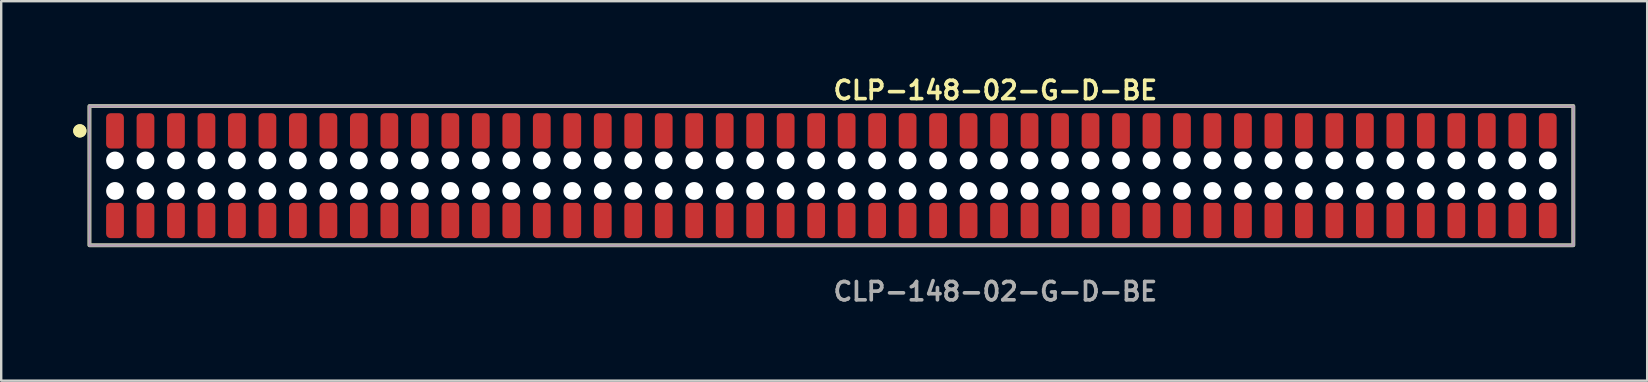
<source format=kicad_pcb>
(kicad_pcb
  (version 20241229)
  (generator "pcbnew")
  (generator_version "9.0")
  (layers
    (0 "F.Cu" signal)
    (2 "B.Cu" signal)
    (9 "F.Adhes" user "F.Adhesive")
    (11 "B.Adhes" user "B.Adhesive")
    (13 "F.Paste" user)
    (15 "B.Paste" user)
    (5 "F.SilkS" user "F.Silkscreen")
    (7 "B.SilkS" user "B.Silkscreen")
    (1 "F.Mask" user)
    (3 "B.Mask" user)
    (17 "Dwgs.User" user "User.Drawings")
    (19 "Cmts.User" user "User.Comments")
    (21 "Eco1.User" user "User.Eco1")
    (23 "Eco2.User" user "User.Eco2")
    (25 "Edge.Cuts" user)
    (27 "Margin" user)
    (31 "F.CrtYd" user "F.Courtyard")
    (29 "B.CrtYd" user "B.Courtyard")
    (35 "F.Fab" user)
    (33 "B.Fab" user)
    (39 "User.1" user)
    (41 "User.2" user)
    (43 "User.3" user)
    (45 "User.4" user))
  (footprint "CLP-148-02-G-D-BE"
    (layer "F.Cu")
    (at 31.586 4.269)
    (property "Reference" "CLP-148-02-G-D-BE" (at 0 -3.556 0) (unlocked yes) (layer "F.SilkS") (effects (font (size 0.762 0.762) (thickness 0.152)) (justify left)))
    (fp_rect (start -30.91 2.9) (end 30.91 -2.9) (stroke (width 0.152) (type solid)) (fill no) (layer "F.SilkS"))
    (fp_circle (center -31.31 -1.867) (end -31.51 -1.867) (stroke (width 0.152) (type solid)) (fill yes) (layer "F.SilkS"))
    (fp_circle (center -31.31 -1.867) (end -31.51 -1.867) (stroke (width 0.152) (type solid)) (fill yes) (layer "F.SilkS"))
    (fp_rect (start -30.91 2.9) (end 30.91 -2.9) (stroke (width 0.006) (type solid)) (fill no) (layer "F.CrtYd"))
    (fp_rect (start -30.91 2.9) (end 30.91 -2.9) (stroke (width 0.152) (type solid)) (fill no) (layer "F.Fab"))
    (fp_text user "${REFERENCE}" (at 0 4.826 0) (unlocked yes) (layer "F.Fab") (effects (font (size 0.762 0.762) (thickness 0.152)) (justify left)))
    (pad "" np_thru_hole circle (at -29.845 -0.635) (size 0.74 0.74) (drill 0.74) (layers "*.Cu" "*.Mask"))
    (pad "" np_thru_hole circle (at -29.845 0.635) (size 0.74 0.74) (drill 0.74) (layers "*.Cu" "*.Mask"))
    (pad "" np_thru_hole circle (at -28.575 -0.635) (size 0.74 0.74) (drill 0.74) (layers "*.Cu" "*.Mask"))
    (pad "" np_thru_hole circle (at -28.575 0.635) (size 0.74 0.74) (drill 0.74) (layers "*.Cu" "*.Mask"))
    (pad "" np_thru_hole circle (at -27.305 -0.635) (size 0.74 0.74) (drill 0.74) (layers "*.Cu" "*.Mask"))
    (pad "" np_thru_hole circle (at -27.305 0.635) (size 0.74 0.74) (drill 0.74) (layers "*.Cu" "*.Mask"))
    (pad "" np_thru_hole circle (at -26.035 -0.635) (size 0.74 0.74) (drill 0.74) (layers "*.Cu" "*.Mask"))
    (pad "" np_thru_hole circle (at -26.035 0.635) (size 0.74 0.74) (drill 0.74) (layers "*.Cu" "*.Mask"))
    (pad "" np_thru_hole circle (at -24.765 -0.635) (size 0.74 0.74) (drill 0.74) (layers "*.Cu" "*.Mask"))
    (pad "" np_thru_hole circle (at -24.765 0.635) (size 0.74 0.74) (drill 0.74) (layers "*.Cu" "*.Mask"))
    (pad "" np_thru_hole circle (at -23.495 -0.635) (size 0.74 0.74) (drill 0.74) (layers "*.Cu" "*.Mask"))
    (pad "" np_thru_hole circle (at -23.495 0.635) (size 0.74 0.74) (drill 0.74) (layers "*.Cu" "*.Mask"))
    (pad "" np_thru_hole circle (at -22.225 -0.635) (size 0.74 0.74) (drill 0.74) (layers "*.Cu" "*.Mask"))
    (pad "" np_thru_hole circle (at -22.225 0.635) (size 0.74 0.74) (drill 0.74) (layers "*.Cu" "*.Mask"))
    (pad "" np_thru_hole circle (at -20.955 -0.635) (size 0.74 0.74) (drill 0.74) (layers "*.Cu" "*.Mask"))
    (pad "" np_thru_hole circle (at -20.955 0.635) (size 0.74 0.74) (drill 0.74) (layers "*.Cu" "*.Mask"))
    (pad "" np_thru_hole circle (at -19.685 -0.635) (size 0.74 0.74) (drill 0.74) (layers "*.Cu" "*.Mask"))
    (pad "" np_thru_hole circle (at -19.685 0.635) (size 0.74 0.74) (drill 0.74) (layers "*.Cu" "*.Mask"))
    (pad "" np_thru_hole circle (at -18.415 -0.635) (size 0.74 0.74) (drill 0.74) (layers "*.Cu" "*.Mask"))
    (pad "" np_thru_hole circle (at -18.415 0.635) (size 0.74 0.74) (drill 0.74) (layers "*.Cu" "*.Mask"))
    (pad "" np_thru_hole circle (at -17.145 -0.635) (size 0.74 0.74) (drill 0.74) (layers "*.Cu" "*.Mask"))
    (pad "" np_thru_hole circle (at -17.145 0.635) (size 0.74 0.74) (drill 0.74) (layers "*.Cu" "*.Mask"))
    (pad "" np_thru_hole circle (at -15.875 -0.635) (size 0.74 0.74) (drill 0.74) (layers "*.Cu" "*.Mask"))
    (pad "" np_thru_hole circle (at -15.875 0.635) (size 0.74 0.74) (drill 0.74) (layers "*.Cu" "*.Mask"))
    (pad "" np_thru_hole circle (at -14.605 -0.635) (size 0.74 0.74) (drill 0.74) (layers "*.Cu" "*.Mask"))
    (pad "" np_thru_hole circle (at -14.605 0.635) (size 0.74 0.74) (drill 0.74) (layers "*.Cu" "*.Mask"))
    (pad "" np_thru_hole circle (at -13.335 -0.635) (size 0.74 0.74) (drill 0.74) (layers "*.Cu" "*.Mask"))
    (pad "" np_thru_hole circle (at -13.335 0.635) (size 0.74 0.74) (drill 0.74) (layers "*.Cu" "*.Mask"))
    (pad "" np_thru_hole circle (at -12.065 -0.635) (size 0.74 0.74) (drill 0.74) (layers "*.Cu" "*.Mask"))
    (pad "" np_thru_hole circle (at -12.065 0.635) (size 0.74 0.74) (drill 0.74) (layers "*.Cu" "*.Mask"))
    (pad "" np_thru_hole circle (at -10.795 -0.635) (size 0.74 0.74) (drill 0.74) (layers "*.Cu" "*.Mask"))
    (pad "" np_thru_hole circle (at -10.795 0.635) (size 0.74 0.74) (drill 0.74) (layers "*.Cu" "*.Mask"))
    (pad "" np_thru_hole circle (at -9.525 -0.635) (size 0.74 0.74) (drill 0.74) (layers "*.Cu" "*.Mask"))
    (pad "" np_thru_hole circle (at -9.525 0.635) (size 0.74 0.74) (drill 0.74) (layers "*.Cu" "*.Mask"))
    (pad "" np_thru_hole circle (at -8.255 -0.635) (size 0.74 0.74) (drill 0.74) (layers "*.Cu" "*.Mask"))
    (pad "" np_thru_hole circle (at -8.255 0.635) (size 0.74 0.74) (drill 0.74) (layers "*.Cu" "*.Mask"))
    (pad "" np_thru_hole circle (at -6.985 -0.635) (size 0.74 0.74) (drill 0.74) (layers "*.Cu" "*.Mask"))
    (pad "" np_thru_hole circle (at -6.985 0.635) (size 0.74 0.74) (drill 0.74) (layers "*.Cu" "*.Mask"))
    (pad "" np_thru_hole circle (at -5.715 -0.635) (size 0.74 0.74) (drill 0.74) (layers "*.Cu" "*.Mask"))
    (pad "" np_thru_hole circle (at -5.715 0.635) (size 0.74 0.74) (drill 0.74) (layers "*.Cu" "*.Mask"))
    (pad "" np_thru_hole circle (at -4.445 -0.635) (size 0.74 0.74) (drill 0.74) (layers "*.Cu" "*.Mask"))
    (pad "" np_thru_hole circle (at -4.445 0.635) (size 0.74 0.74) (drill 0.74) (layers "*.Cu" "*.Mask"))
    (pad "" np_thru_hole circle (at -3.175 -0.635) (size 0.74 0.74) (drill 0.74) (layers "*.Cu" "*.Mask"))
    (pad "" np_thru_hole circle (at -3.175 0.635) (size 0.74 0.74) (drill 0.74) (layers "*.Cu" "*.Mask"))
    (pad "" np_thru_hole circle (at -1.905 -0.635) (size 0.74 0.74) (drill 0.74) (layers "*.Cu" "*.Mask"))
    (pad "" np_thru_hole circle (at -1.905 0.635) (size 0.74 0.74) (drill 0.74) (layers "*.Cu" "*.Mask"))
    (pad "" np_thru_hole circle (at -0.635 -0.635) (size 0.74 0.74) (drill 0.74) (layers "*.Cu" "*.Mask"))
    (pad "" np_thru_hole circle (at -0.635 0.635) (size 0.74 0.74) (drill 0.74) (layers "*.Cu" "*.Mask"))
    (pad "" np_thru_hole circle (at 0.635 -0.635) (size 0.74 0.74) (drill 0.74) (layers "*.Cu" "*.Mask"))
    (pad "" np_thru_hole circle (at 0.635 0.635) (size 0.74 0.74) (drill 0.74) (layers "*.Cu" "*.Mask"))
    (pad "" np_thru_hole circle (at 1.905 -0.635) (size 0.74 0.74) (drill 0.74) (layers "*.Cu" "*.Mask"))
    (pad "" np_thru_hole circle (at 1.905 0.635) (size 0.74 0.74) (drill 0.74) (layers "*.Cu" "*.Mask"))
    (pad "" np_thru_hole circle (at 3.175 -0.635) (size 0.74 0.74) (drill 0.74) (layers "*.Cu" "*.Mask"))
    (pad "" np_thru_hole circle (at 3.175 0.635) (size 0.74 0.74) (drill 0.74) (layers "*.Cu" "*.Mask"))
    (pad "" np_thru_hole circle (at 4.445 -0.635) (size 0.74 0.74) (drill 0.74) (layers "*.Cu" "*.Mask"))
    (pad "" np_thru_hole circle (at 4.445 0.635) (size 0.74 0.74) (drill 0.74) (layers "*.Cu" "*.Mask"))
    (pad "" np_thru_hole circle (at 5.715 -0.635) (size 0.74 0.74) (drill 0.74) (layers "*.Cu" "*.Mask"))
    (pad "" np_thru_hole circle (at 5.715 0.635) (size 0.74 0.74) (drill 0.74) (layers "*.Cu" "*.Mask"))
    (pad "" np_thru_hole circle (at 6.985 -0.635) (size 0.74 0.74) (drill 0.74) (layers "*.Cu" "*.Mask"))
    (pad "" np_thru_hole circle (at 6.985 0.635) (size 0.74 0.74) (drill 0.74) (layers "*.Cu" "*.Mask"))
    (pad "" np_thru_hole circle (at 8.255 -0.635) (size 0.74 0.74) (drill 0.74) (layers "*.Cu" "*.Mask"))
    (pad "" np_thru_hole circle (at 8.255 0.635) (size 0.74 0.74) (drill 0.74) (layers "*.Cu" "*.Mask"))
    (pad "" np_thru_hole circle (at 9.525 -0.635) (size 0.74 0.74) (drill 0.74) (layers "*.Cu" "*.Mask"))
    (pad "" np_thru_hole circle (at 9.525 0.635) (size 0.74 0.74) (drill 0.74) (layers "*.Cu" "*.Mask"))
    (pad "" np_thru_hole circle (at 10.795 -0.635) (size 0.74 0.74) (drill 0.74) (layers "*.Cu" "*.Mask"))
    (pad "" np_thru_hole circle (at 10.795 0.635) (size 0.74 0.74) (drill 0.74) (layers "*.Cu" "*.Mask"))
    (pad "" np_thru_hole circle (at 12.065 -0.635) (size 0.74 0.74) (drill 0.74) (layers "*.Cu" "*.Mask"))
    (pad "" np_thru_hole circle (at 12.065 0.635) (size 0.74 0.74) (drill 0.74) (layers "*.Cu" "*.Mask"))
    (pad "" np_thru_hole circle (at 13.335 -0.635) (size 0.74 0.74) (drill 0.74) (layers "*.Cu" "*.Mask"))
    (pad "" np_thru_hole circle (at 13.335 0.635) (size 0.74 0.74) (drill 0.74) (layers "*.Cu" "*.Mask"))
    (pad "" np_thru_hole circle (at 14.605 -0.635) (size 0.74 0.74) (drill 0.74) (layers "*.Cu" "*.Mask"))
    (pad "" np_thru_hole circle (at 14.605 0.635) (size 0.74 0.74) (drill 0.74) (layers "*.Cu" "*.Mask"))
    (pad "" np_thru_hole circle (at 15.875 -0.635) (size 0.74 0.74) (drill 0.74) (layers "*.Cu" "*.Mask"))
    (pad "" np_thru_hole circle (at 15.875 0.635) (size 0.74 0.74) (drill 0.74) (layers "*.Cu" "*.Mask"))
    (pad "" np_thru_hole circle (at 17.145 -0.635) (size 0.74 0.74) (drill 0.74) (layers "*.Cu" "*.Mask"))
    (pad "" np_thru_hole circle (at 17.145 0.635) (size 0.74 0.74) (drill 0.74) (layers "*.Cu" "*.Mask"))
    (pad "" np_thru_hole circle (at 18.415 -0.635) (size 0.74 0.74) (drill 0.74) (layers "*.Cu" "*.Mask"))
    (pad "" np_thru_hole circle (at 18.415 0.635) (size 0.74 0.74) (drill 0.74) (layers "*.Cu" "*.Mask"))
    (pad "" np_thru_hole circle (at 19.685 -0.635) (size 0.74 0.74) (drill 0.74) (layers "*.Cu" "*.Mask"))
    (pad "" np_thru_hole circle (at 19.685 0.635) (size 0.74 0.74) (drill 0.74) (layers "*.Cu" "*.Mask"))
    (pad "" np_thru_hole circle (at 20.955 -0.635) (size 0.74 0.74) (drill 0.74) (layers "*.Cu" "*.Mask"))
    (pad "" np_thru_hole circle (at 20.955 0.635) (size 0.74 0.74) (drill 0.74) (layers "*.Cu" "*.Mask"))
    (pad "" np_thru_hole circle (at 22.225 -0.635) (size 0.74 0.74) (drill 0.74) (layers "*.Cu" "*.Mask"))
    (pad "" np_thru_hole circle (at 22.225 0.635) (size 0.74 0.74) (drill 0.74) (layers "*.Cu" "*.Mask"))
    (pad "" np_thru_hole circle (at 23.495 -0.635) (size 0.74 0.74) (drill 0.74) (layers "*.Cu" "*.Mask"))
    (pad "" np_thru_hole circle (at 23.495 0.635) (size 0.74 0.74) (drill 0.74) (layers "*.Cu" "*.Mask"))
    (pad "" np_thru_hole circle (at 24.765 -0.635) (size 0.74 0.74) (drill 0.74) (layers "*.Cu" "*.Mask"))
    (pad "" np_thru_hole circle (at 24.765 0.635) (size 0.74 0.74) (drill 0.74) (layers "*.Cu" "*.Mask"))
    (pad "" np_thru_hole circle (at 26.035 -0.635) (size 0.74 0.74) (drill 0.74) (layers "*.Cu" "*.Mask"))
    (pad "" np_thru_hole circle (at 26.035 0.635) (size 0.74 0.74) (drill 0.74) (layers "*.Cu" "*.Mask"))
    (pad "" np_thru_hole circle (at 27.305 -0.635) (size 0.74 0.74) (drill 0.74) (layers "*.Cu" "*.Mask"))
    (pad "" np_thru_hole circle (at 27.305 0.635) (size 0.74 0.74) (drill 0.74) (layers "*.Cu" "*.Mask"))
    (pad "" np_thru_hole circle (at 28.575 -0.635) (size 0.74 0.74) (drill 0.74) (layers "*.Cu" "*.Mask"))
    (pad "" np_thru_hole circle (at 28.575 0.635) (size 0.74 0.74) (drill 0.74) (layers "*.Cu" "*.Mask"))
    (pad "" np_thru_hole circle (at 29.845 -0.635) (size 0.74 0.74) (drill 0.74) (layers "*.Cu" "*.Mask"))
    (pad "" np_thru_hole circle (at 29.845 0.635) (size 0.74 0.74) (drill 0.74) (layers "*.Cu" "*.Mask"))
    (pad "1" smd roundrect (at -29.845 -1.867) (size 0.74 1.47) (layers "F.Cu" "F.Paste") (roundrect_rratio 0.25))
    (pad "2" smd roundrect (at -29.845 1.867) (size 0.74 1.47) (layers "F.Cu" "F.Paste") (roundrect_rratio 0.25))
    (pad "3" smd roundrect (at -28.575 -1.867) (size 0.74 1.47) (layers "F.Cu" "F.Paste") (roundrect_rratio 0.25))
    (pad "4" smd roundrect (at -28.575 1.867) (size 0.74 1.47) (layers "F.Cu" "F.Paste") (roundrect_rratio 0.25))
    (pad "5" smd roundrect (at -27.305 -1.867) (size 0.74 1.47) (layers "F.Cu" "F.Paste") (roundrect_rratio 0.25))
    (pad "6" smd roundrect (at -27.305 1.867) (size 0.74 1.47) (layers "F.Cu" "F.Paste") (roundrect_rratio 0.25))
    (pad "7" smd roundrect (at -26.035 -1.867) (size 0.74 1.47) (layers "F.Cu" "F.Paste") (roundrect_rratio 0.25))
    (pad "8" smd roundrect (at -26.035 1.867) (size 0.74 1.47) (layers "F.Cu" "F.Paste") (roundrect_rratio 0.25))
    (pad "9" smd roundrect (at -24.765 -1.867) (size 0.74 1.47) (layers "F.Cu" "F.Paste") (roundrect_rratio 0.25))
    (pad "10" smd roundrect (at -24.765 1.867) (size 0.74 1.47) (layers "F.Cu" "F.Paste") (roundrect_rratio 0.25))
    (pad "11" smd roundrect (at -23.495 -1.867) (size 0.74 1.47) (layers "F.Cu" "F.Paste") (roundrect_rratio 0.25))
    (pad "12" smd roundrect (at -23.495 1.867) (size 0.74 1.47) (layers "F.Cu" "F.Paste") (roundrect_rratio 0.25))
    (pad "13" smd roundrect (at -22.225 -1.867) (size 0.74 1.47) (layers "F.Cu" "F.Paste") (roundrect_rratio 0.25))
    (pad "14" smd roundrect (at -22.225 1.867) (size 0.74 1.47) (layers "F.Cu" "F.Paste") (roundrect_rratio 0.25))
    (pad "15" smd roundrect (at -20.955 -1.867) (size 0.74 1.47) (layers "F.Cu" "F.Paste") (roundrect_rratio 0.25))
    (pad "16" smd roundrect (at -20.955 1.867) (size 0.74 1.47) (layers "F.Cu" "F.Paste") (roundrect_rratio 0.25))
    (pad "17" smd roundrect (at -19.685 -1.867) (size 0.74 1.47) (layers "F.Cu" "F.Paste") (roundrect_rratio 0.25))
    (pad "18" smd roundrect (at -19.685 1.867) (size 0.74 1.47) (layers "F.Cu" "F.Paste") (roundrect_rratio 0.25))
    (pad "19" smd roundrect (at -18.415 -1.867) (size 0.74 1.47) (layers "F.Cu" "F.Paste") (roundrect_rratio 0.25))
    (pad "20" smd roundrect (at -18.415 1.867) (size 0.74 1.47) (layers "F.Cu" "F.Paste") (roundrect_rratio 0.25))
    (pad "21" smd roundrect (at -17.145 -1.867) (size 0.74 1.47) (layers "F.Cu" "F.Paste") (roundrect_rratio 0.25))
    (pad "22" smd roundrect (at -17.145 1.867) (size 0.74 1.47) (layers "F.Cu" "F.Paste") (roundrect_rratio 0.25))
    (pad "23" smd roundrect (at -15.875 -1.867) (size 0.74 1.47) (layers "F.Cu" "F.Paste") (roundrect_rratio 0.25))
    (pad "24" smd roundrect (at -15.875 1.867) (size 0.74 1.47) (layers "F.Cu" "F.Paste") (roundrect_rratio 0.25))
    (pad "25" smd roundrect (at -14.605 -1.867) (size 0.74 1.47) (layers "F.Cu" "F.Paste") (roundrect_rratio 0.25))
    (pad "26" smd roundrect (at -14.605 1.867) (size 0.74 1.47) (layers "F.Cu" "F.Paste") (roundrect_rratio 0.25))
    (pad "27" smd roundrect (at -13.335 -1.867) (size 0.74 1.47) (layers "F.Cu" "F.Paste") (roundrect_rratio 0.25))
    (pad "28" smd roundrect (at -13.335 1.867) (size 0.74 1.47) (layers "F.Cu" "F.Paste") (roundrect_rratio 0.25))
    (pad "29" smd roundrect (at -12.065 -1.867) (size 0.74 1.47) (layers "F.Cu" "F.Paste") (roundrect_rratio 0.25))
    (pad "30" smd roundrect (at -12.065 1.867) (size 0.74 1.47) (layers "F.Cu" "F.Paste") (roundrect_rratio 0.25))
    (pad "31" smd roundrect (at -10.795 -1.867) (size 0.74 1.47) (layers "F.Cu" "F.Paste") (roundrect_rratio 0.25))
    (pad "32" smd roundrect (at -10.795 1.867) (size 0.74 1.47) (layers "F.Cu" "F.Paste") (roundrect_rratio 0.25))
    (pad "33" smd roundrect (at -9.525 -1.867) (size 0.74 1.47) (layers "F.Cu" "F.Paste") (roundrect_rratio 0.25))
    (pad "34" smd roundrect (at -9.525 1.867) (size 0.74 1.47) (layers "F.Cu" "F.Paste") (roundrect_rratio 0.25))
    (pad "35" smd roundrect (at -8.255 -1.867) (size 0.74 1.47) (layers "F.Cu" "F.Paste") (roundrect_rratio 0.25))
    (pad "36" smd roundrect (at -8.255 1.867) (size 0.74 1.47) (layers "F.Cu" "F.Paste") (roundrect_rratio 0.25))
    (pad "37" smd roundrect (at -6.985 -1.867) (size 0.74 1.47) (layers "F.Cu" "F.Paste") (roundrect_rratio 0.25))
    (pad "38" smd roundrect (at -6.985 1.867) (size 0.74 1.47) (layers "F.Cu" "F.Paste") (roundrect_rratio 0.25))
    (pad "39" smd roundrect (at -5.715 -1.867) (size 0.74 1.47) (layers "F.Cu" "F.Paste") (roundrect_rratio 0.25))
    (pad "40" smd roundrect (at -5.715 1.867) (size 0.74 1.47) (layers "F.Cu" "F.Paste") (roundrect_rratio 0.25))
    (pad "41" smd roundrect (at -4.445 -1.867) (size 0.74 1.47) (layers "F.Cu" "F.Paste") (roundrect_rratio 0.25))
    (pad "42" smd roundrect (at -4.445 1.867) (size 0.74 1.47) (layers "F.Cu" "F.Paste") (roundrect_rratio 0.25))
    (pad "43" smd roundrect (at -3.175 -1.867) (size 0.74 1.47) (layers "F.Cu" "F.Paste") (roundrect_rratio 0.25))
    (pad "44" smd roundrect (at -3.175 1.867) (size 0.74 1.47) (layers "F.Cu" "F.Paste") (roundrect_rratio 0.25))
    (pad "45" smd roundrect (at -1.905 -1.867) (size 0.74 1.47) (layers "F.Cu" "F.Paste") (roundrect_rratio 0.25))
    (pad "46" smd roundrect (at -1.905 1.867) (size 0.74 1.47) (layers "F.Cu" "F.Paste") (roundrect_rratio 0.25))
    (pad "47" smd roundrect (at -0.635 -1.867) (size 0.74 1.47) (layers "F.Cu" "F.Paste") (roundrect_rratio 0.25))
    (pad "48" smd roundrect (at -0.635 1.867) (size 0.74 1.47) (layers "F.Cu" "F.Paste") (roundrect_rratio 0.25))
    (pad "49" smd roundrect (at 0.635 -1.867) (size 0.74 1.47) (layers "F.Cu" "F.Paste") (roundrect_rratio 0.25))
    (pad "50" smd roundrect (at 0.635 1.867) (size 0.74 1.47) (layers "F.Cu" "F.Paste") (roundrect_rratio 0.25))
    (pad "51" smd roundrect (at 1.905 -1.867) (size 0.74 1.47) (layers "F.Cu" "F.Paste") (roundrect_rratio 0.25))
    (pad "52" smd roundrect (at 1.905 1.867) (size 0.74 1.47) (layers "F.Cu" "F.Paste") (roundrect_rratio 0.25))
    (pad "53" smd roundrect (at 3.175 -1.867) (size 0.74 1.47) (layers "F.Cu" "F.Paste") (roundrect_rratio 0.25))
    (pad "54" smd roundrect (at 3.175 1.867) (size 0.74 1.47) (layers "F.Cu" "F.Paste") (roundrect_rratio 0.25))
    (pad "55" smd roundrect (at 4.445 -1.867) (size 0.74 1.47) (layers "F.Cu" "F.Paste") (roundrect_rratio 0.25))
    (pad "56" smd roundrect (at 4.445 1.867) (size 0.74 1.47) (layers "F.Cu" "F.Paste") (roundrect_rratio 0.25))
    (pad "57" smd roundrect (at 5.715 -1.867) (size 0.74 1.47) (layers "F.Cu" "F.Paste") (roundrect_rratio 0.25))
    (pad "58" smd roundrect (at 5.715 1.867) (size 0.74 1.47) (layers "F.Cu" "F.Paste") (roundrect_rratio 0.25))
    (pad "59" smd roundrect (at 6.985 -1.867) (size 0.74 1.47) (layers "F.Cu" "F.Paste") (roundrect_rratio 0.25))
    (pad "60" smd roundrect (at 6.985 1.867) (size 0.74 1.47) (layers "F.Cu" "F.Paste") (roundrect_rratio 0.25))
    (pad "61" smd roundrect (at 8.255 -1.867) (size 0.74 1.47) (layers "F.Cu" "F.Paste") (roundrect_rratio 0.25))
    (pad "62" smd roundrect (at 8.255 1.867) (size 0.74 1.47) (layers "F.Cu" "F.Paste") (roundrect_rratio 0.25))
    (pad "63" smd roundrect (at 9.525 -1.867) (size 0.74 1.47) (layers "F.Cu" "F.Paste") (roundrect_rratio 0.25))
    (pad "64" smd roundrect (at 9.525 1.867) (size 0.74 1.47) (layers "F.Cu" "F.Paste") (roundrect_rratio 0.25))
    (pad "65" smd roundrect (at 10.795 -1.867) (size 0.74 1.47) (layers "F.Cu" "F.Paste") (roundrect_rratio 0.25))
    (pad "66" smd roundrect (at 10.795 1.867) (size 0.74 1.47) (layers "F.Cu" "F.Paste") (roundrect_rratio 0.25))
    (pad "67" smd roundrect (at 12.065 -1.867) (size 0.74 1.47) (layers "F.Cu" "F.Paste") (roundrect_rratio 0.25))
    (pad "68" smd roundrect (at 12.065 1.867) (size 0.74 1.47) (layers "F.Cu" "F.Paste") (roundrect_rratio 0.25))
    (pad "69" smd roundrect (at 13.335 -1.867) (size 0.74 1.47) (layers "F.Cu" "F.Paste") (roundrect_rratio 0.25))
    (pad "70" smd roundrect (at 13.335 1.867) (size 0.74 1.47) (layers "F.Cu" "F.Paste") (roundrect_rratio 0.25))
    (pad "71" smd roundrect (at 14.605 -1.867) (size 0.74 1.47) (layers "F.Cu" "F.Paste") (roundrect_rratio 0.25))
    (pad "72" smd roundrect (at 14.605 1.867) (size 0.74 1.47) (layers "F.Cu" "F.Paste") (roundrect_rratio 0.25))
    (pad "73" smd roundrect (at 15.875 -1.867) (size 0.74 1.47) (layers "F.Cu" "F.Paste") (roundrect_rratio 0.25))
    (pad "74" smd roundrect (at 15.875 1.867) (size 0.74 1.47) (layers "F.Cu" "F.Paste") (roundrect_rratio 0.25))
    (pad "75" smd roundrect (at 17.145 -1.867) (size 0.74 1.47) (layers "F.Cu" "F.Paste") (roundrect_rratio 0.25))
    (pad "76" smd roundrect (at 17.145 1.867) (size 0.74 1.47) (layers "F.Cu" "F.Paste") (roundrect_rratio 0.25))
    (pad "77" smd roundrect (at 18.415 -1.867) (size 0.74 1.47) (layers "F.Cu" "F.Paste") (roundrect_rratio 0.25))
    (pad "78" smd roundrect (at 18.415 1.867) (size 0.74 1.47) (layers "F.Cu" "F.Paste") (roundrect_rratio 0.25))
    (pad "79" smd roundrect (at 19.685 -1.867) (size 0.74 1.47) (layers "F.Cu" "F.Paste") (roundrect_rratio 0.25))
    (pad "80" smd roundrect (at 19.685 1.867) (size 0.74 1.47) (layers "F.Cu" "F.Paste") (roundrect_rratio 0.25))
    (pad "81" smd roundrect (at 20.955 -1.867) (size 0.74 1.47) (layers "F.Cu" "F.Paste") (roundrect_rratio 0.25))
    (pad "82" smd roundrect (at 20.955 1.867) (size 0.74 1.47) (layers "F.Cu" "F.Paste") (roundrect_rratio 0.25))
    (pad "83" smd roundrect (at 22.225 -1.867) (size 0.74 1.47) (layers "F.Cu" "F.Paste") (roundrect_rratio 0.25))
    (pad "84" smd roundrect (at 22.225 1.867) (size 0.74 1.47) (layers "F.Cu" "F.Paste") (roundrect_rratio 0.25))
    (pad "85" smd roundrect (at 23.495 -1.867) (size 0.74 1.47) (layers "F.Cu" "F.Paste") (roundrect_rratio 0.25))
    (pad "86" smd roundrect (at 23.495 1.867) (size 0.74 1.47) (layers "F.Cu" "F.Paste") (roundrect_rratio 0.25))
    (pad "87" smd roundrect (at 24.765 -1.867) (size 0.74 1.47) (layers "F.Cu" "F.Paste") (roundrect_rratio 0.25))
    (pad "88" smd roundrect (at 24.765 1.867) (size 0.74 1.47) (layers "F.Cu" "F.Paste") (roundrect_rratio 0.25))
    (pad "89" smd roundrect (at 26.035 -1.867) (size 0.74 1.47) (layers "F.Cu" "F.Paste") (roundrect_rratio 0.25))
    (pad "90" smd roundrect (at 26.035 1.867) (size 0.74 1.47) (layers "F.Cu" "F.Paste") (roundrect_rratio 0.25))
    (pad "91" smd roundrect (at 27.305 -1.867) (size 0.74 1.47) (layers "F.Cu" "F.Paste") (roundrect_rratio 0.25))
    (pad "92" smd roundrect (at 27.305 1.867) (size 0.74 1.47) (layers "F.Cu" "F.Paste") (roundrect_rratio 0.25))
    (pad "93" smd roundrect (at 28.575 -1.867) (size 0.74 1.47) (layers "F.Cu" "F.Paste") (roundrect_rratio 0.25))
    (pad "94" smd roundrect (at 28.575 1.867) (size 0.74 1.47) (layers "F.Cu" "F.Paste") (roundrect_rratio 0.25))
    (pad "95" smd roundrect (at 29.845 -1.867) (size 0.74 1.47) (layers "F.Cu" "F.Paste") (roundrect_rratio 0.25))
    (pad "96" smd roundrect (at 29.845 1.867) (size 0.74 1.47) (layers "F.Cu" "F.Paste") (roundrect_rratio 0.25)))
  (gr_rect
    (start -3 -3)
    (end 65.572 12.808)
    (stroke (width 0.1) (type default))
    (fill no)
    (layer "Edge.Cuts")))
</source>
